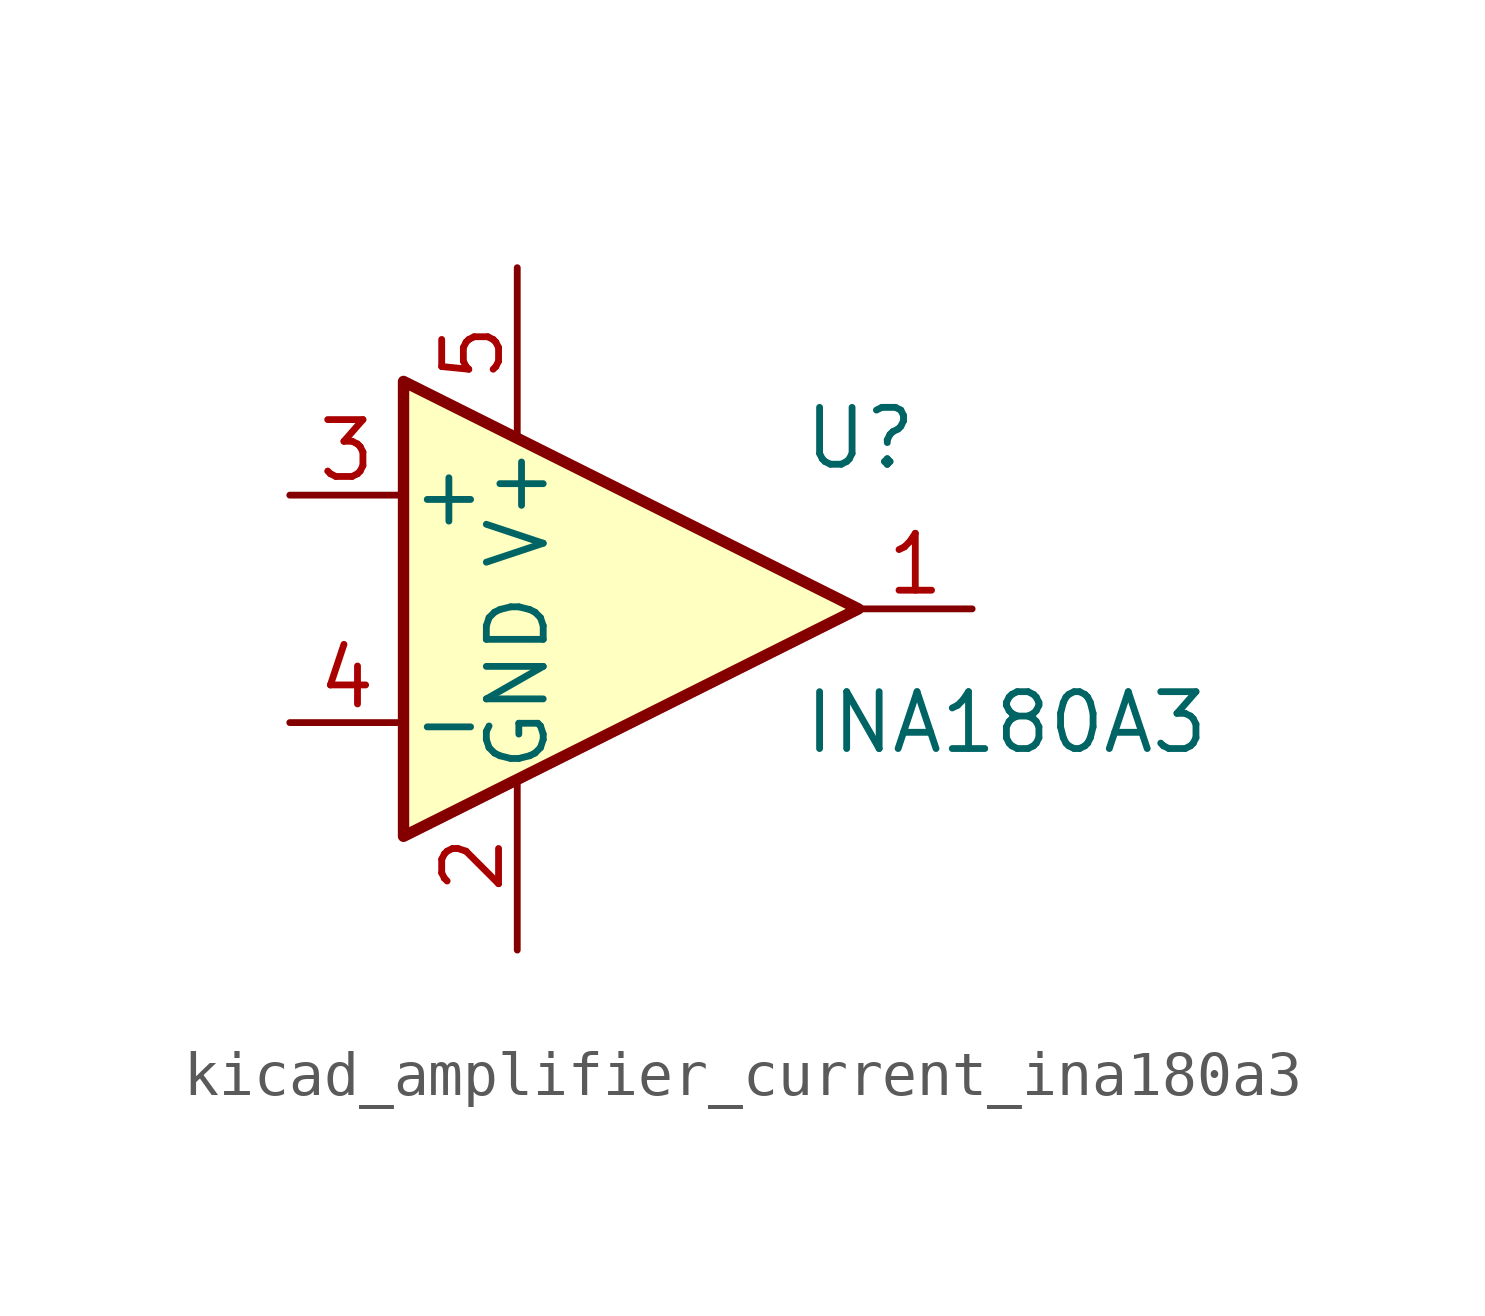
<source format=kicad_sym>
(kicad_symbol_lib
  (version 20220914)
  (generator kicad_symbol_editor)
  (symbol "kicad_amplifier_current_ina180a3"
    (pin_names
      (offset 0.127))
    (property "Reference" "U"
      (at 3.81 3.81 0)
      (effects (font (size 1.27 1.27)) (justify left)))
    (property "Value" "INA180A3"
      (at 3.81 -2.54 0)
      (effects (font (size 1.27 1.27)) (justify left)))
    (symbol "kicad_amplifier_current_ina180a3_0_1"
      (polyline (pts (xy 5.08 0) (xy -5.08 5.08) (xy -5.08 -5.08) (xy 5.08 0)) (stroke (width 0.254) (type default)) (fill (type background))))
    (symbol "kicad_amplifier_current_ina180a3_1_1"
      (pin output line (at 7.62 0 180) (length 2.54) (name "~" (effects (font (size 1.27 1.27)))) (number "1" (effects (font (size 1.27 1.27)))))
      (pin power_in line (at -2.54 -7.62 90) (length 3.81) (name "GND" (effects (font (size 1.27 1.27)))) (number "2" (effects (font (size 1.27 1.27)))))
      (pin input line (at -7.62 2.54 0) (length 2.54) (name "+" (effects (font (size 1.27 1.27)))) (number "3" (effects (font (size 1.27 1.27)))))
      (pin input line (at -7.62 -2.54 0) (length 2.54) (name "-" (effects (font (size 1.27 1.27)))) (number "4" (effects (font (size 1.27 1.27)))))
      (pin power_in line (at -2.54 7.62 270) (length 3.81) (name "V+" (effects (font (size 1.27 1.27)))) (number "5" (effects (font (size 1.27 1.27))))))))
</source>
